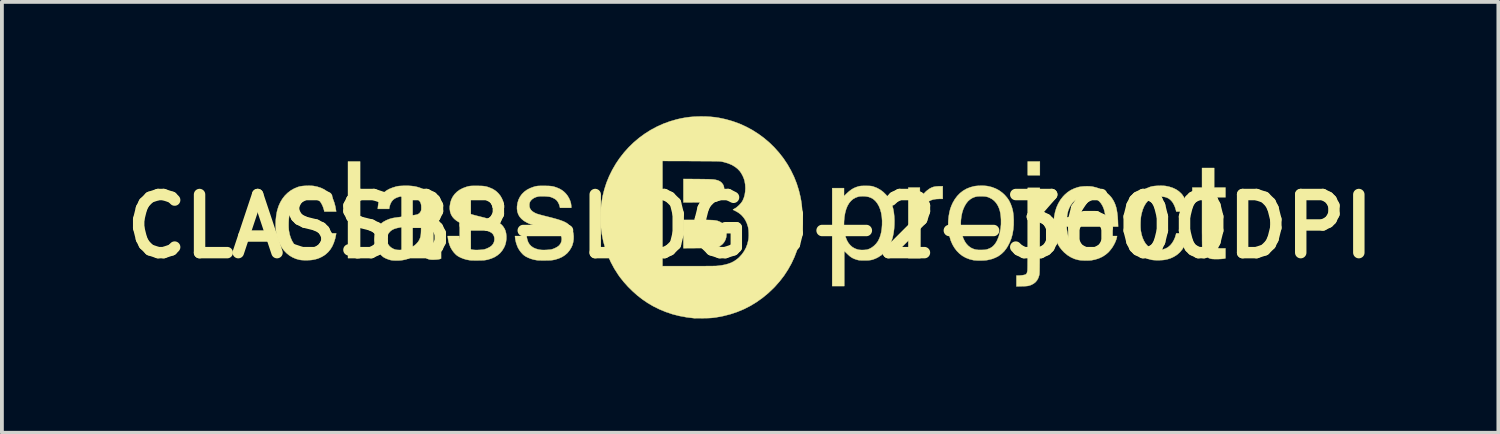
<source format=kicad_pcb>
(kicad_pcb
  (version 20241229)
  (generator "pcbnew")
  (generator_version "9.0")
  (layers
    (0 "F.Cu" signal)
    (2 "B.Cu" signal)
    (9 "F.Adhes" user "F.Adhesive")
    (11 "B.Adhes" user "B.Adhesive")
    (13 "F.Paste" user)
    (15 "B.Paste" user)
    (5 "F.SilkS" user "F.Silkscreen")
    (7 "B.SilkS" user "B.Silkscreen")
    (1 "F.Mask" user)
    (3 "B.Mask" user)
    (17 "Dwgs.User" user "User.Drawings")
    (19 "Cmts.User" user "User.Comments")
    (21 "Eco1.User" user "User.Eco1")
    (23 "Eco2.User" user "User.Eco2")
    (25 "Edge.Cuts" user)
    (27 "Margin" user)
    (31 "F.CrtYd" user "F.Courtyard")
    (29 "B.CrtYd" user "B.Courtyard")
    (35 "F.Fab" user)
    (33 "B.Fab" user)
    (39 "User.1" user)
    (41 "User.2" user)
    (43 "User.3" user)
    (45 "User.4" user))
  (footprint "CLASSBP-LOGO-2-3600DPI"
    (layer "F.Cu")
    (at 16.626 2.887)
    (property "Reference" "CLASSBP-LOGO-2-3600DPI" (at 0 0 0) (layer "F.SilkS") (effects (font (size 1.524 1.524) (thickness 0.3))))
    (attr through_hole)
    (fp_poly (pts (xy -10.231 0.833) (xy -10.548 0.833) (xy -10.548 -1.7) (xy -10.231 -1.7) (xy -10.231 0.833)) (stroke (width 0.01) (type solid)) (fill yes) (layer "F.SilkS"))
    (fp_poly (pts (xy 7.599 -1.341) (xy 7.281 -1.341) (xy 7.281 -1.7) (xy 7.599 -1.7) (xy 7.599 -1.341)) (stroke (width 0.01) (type solid)) (fill yes) (layer "F.SilkS"))
    (fp_poly (pts (xy 5.052 -0.72) (xy 4.958 -0.72) (xy 4.876 -0.716) (xy 4.805 -0.705) (xy 4.743 -0.685) (xy 4.687 -0.656) (xy 4.637 -0.617) (xy 4.609 -0.59) (xy 4.568 -0.541) (xy 4.535 -0.493) (xy 4.508 -0.439) (xy 4.492 -0.397) (xy 4.47 -0.335) (xy 4.468 0.249) (xy 4.466 0.833) (xy 4.149 0.833) (xy 4.149 -1.016) (xy 4.452 -1.016) (xy 4.452 -0.724) (xy 4.473 -0.756) (xy 4.497 -0.79) (xy 4.529 -0.829) (xy 4.566 -0.869) (xy 4.604 -0.908) (xy 4.641 -0.94) (xy 4.646 -0.944) (xy 4.701 -0.985) (xy 4.755 -1.014) (xy 4.812 -1.035) (xy 4.874 -1.046) (xy 4.944 -1.051) (xy 4.963 -1.051) (xy 5.052 -1.051) (xy 5.052 -0.72)) (stroke (width 0.01) (type solid)) (fill yes) (layer "F.SilkS"))
    (fp_poly (pts (xy -1.392 -0.169) (xy -1.294 -0.169) (xy -1.209 -0.169) (xy -1.136 -0.168) (xy -1.073 -0.166) (xy -1.02 -0.164) (xy -0.974 -0.162) (xy -0.936 -0.158) (xy -0.903 -0.153) (xy -0.874 -0.148) (xy -0.848 -0.141) (xy -0.825 -0.132) (xy -0.802 -0.123) (xy -0.785 -0.115) (xy -0.731 -0.081) (xy -0.686 -0.038) (xy -0.653 0.015) (xy -0.63 0.074) (xy -0.625 0.104) (xy -0.622 0.143) (xy -0.621 0.187) (xy -0.623 0.231) (xy -0.626 0.271) (xy -0.628 0.286) (xy -0.647 0.349) (xy -0.676 0.406) (xy -0.716 0.457) (xy -0.764 0.498) (xy -0.807 0.523) (xy -0.826 0.531) (xy -0.844 0.539) (xy -0.862 0.545) (xy -0.88 0.551) (xy -0.902 0.555) (xy -0.926 0.559) (xy -0.956 0.562) (xy -0.992 0.564) (xy -1.035 0.566) (xy -1.087 0.567) (xy -1.148 0.568) (xy -1.22 0.569) (xy -1.305 0.569) (xy -1.349 0.57) (xy -1.75 0.573) (xy -1.75 -0.169) (xy -1.392 -0.169)) (stroke (width 0.01) (type solid)) (fill yes) (layer "F.SilkS"))
    (fp_poly (pts (xy -1.371 -1.24) (xy -1.283 -1.239) (xy -1.208 -1.238) (xy -1.144 -1.237) (xy -1.09 -1.236) (xy -1.045 -1.234) (xy -1.007 -1.232) (xy -0.975 -1.23) (xy -0.948 -1.227) (xy -0.923 -1.223) (xy -0.901 -1.219) (xy -0.878 -1.213) (xy -0.855 -1.207) (xy -0.844 -1.204) (xy -0.796 -1.182) (xy -0.752 -1.149) (xy -0.722 -1.112) (xy -0.705 -1.085) (xy -0.694 -1.058) (xy -0.686 -1.028) (xy -0.682 -0.992) (xy -0.681 -0.946) (xy -0.681 -0.935) (xy -0.682 -0.895) (xy -0.684 -0.866) (xy -0.687 -0.843) (xy -0.693 -0.823) (xy -0.697 -0.81) (xy -0.724 -0.761) (xy -0.761 -0.72) (xy -0.809 -0.687) (xy -0.822 -0.681) (xy -0.843 -0.671) (xy -0.861 -0.663) (xy -0.88 -0.656) (xy -0.899 -0.65) (xy -0.92 -0.645) (xy -0.945 -0.641) (xy -0.974 -0.638) (xy -1.009 -0.636) (xy -1.051 -0.634) (xy -1.102 -0.633) (xy -1.163 -0.632) (xy -1.234 -0.631) (xy -1.318 -0.63) (xy -1.36 -0.63) (xy -1.75 -0.627) (xy -1.75 -1.243) (xy -1.371 -1.24)) (stroke (width 0.01) (type solid)) (fill yes) (layer "F.SilkS"))
    (fp_poly (pts (xy 7.597 0.111) (xy 7.597 0.259) (xy 7.596 0.394) (xy 7.596 0.515) (xy 7.596 0.625) (xy 7.595 0.723) (xy 7.595 0.811) (xy 7.594 0.888) (xy 7.594 0.956) (xy 7.593 1.015) (xy 7.593 1.066) (xy 7.592 1.11) (xy 7.592 1.147) (xy 7.591 1.178) (xy 7.59 1.203) (xy 7.589 1.224) (xy 7.588 1.241) (xy 7.587 1.254) (xy 7.585 1.265) (xy 7.584 1.274) (xy 7.582 1.281) (xy 7.559 1.352) (xy 7.527 1.412) (xy 7.485 1.463) (xy 7.433 1.504) (xy 7.37 1.537) (xy 7.313 1.556) (xy 7.291 1.561) (xy 7.263 1.565) (xy 7.227 1.568) (xy 7.18 1.57) (xy 7.128 1.571) (xy 6.985 1.575) (xy 6.985 1.291) (xy 7.029 1.291) (xy 7.069 1.29) (xy 7.111 1.286) (xy 7.152 1.281) (xy 7.188 1.274) (xy 7.215 1.267) (xy 7.218 1.266) (xy 7.238 1.254) (xy 7.253 1.236) (xy 7.264 1.209) (xy 7.272 1.171) (xy 7.274 1.16) (xy 7.275 1.146) (xy 7.276 1.118) (xy 7.277 1.077) (xy 7.278 1.022) (xy 7.278 0.956) (xy 7.279 0.877) (xy 7.28 0.786) (xy 7.28 0.683) (xy 7.28 0.57) (xy 7.281 0.446) (xy 7.281 0.312) (xy 7.281 0.168) (xy 7.281 0.051) (xy 7.281 -1.009) (xy 7.599 -1.009) (xy 7.597 0.111)) (stroke (width 0.01) (type solid)) (fill yes) (layer "F.SilkS"))
    (fp_poly (pts (xy 12.171 -1.016) (xy 12.467 -1.016) (xy 12.467 -0.762) (xy 12.171 -0.762) (xy 12.171 -0.143) (xy 12.171 -0.035) (xy 12.171 0.06) (xy 12.171 0.142) (xy 12.171 0.213) (xy 12.172 0.274) (xy 12.172 0.325) (xy 12.173 0.367) (xy 12.173 0.402) (xy 12.174 0.429) (xy 12.175 0.451) (xy 12.176 0.468) (xy 12.178 0.481) (xy 12.179 0.49) (xy 12.181 0.497) (xy 12.183 0.503) (xy 12.184 0.504) (xy 12.198 0.53) (xy 12.215 0.549) (xy 12.237 0.563) (xy 12.266 0.572) (xy 12.304 0.577) (xy 12.354 0.578) (xy 12.372 0.579) (xy 12.467 0.579) (xy 12.467 0.838) (xy 12.427 0.847) (xy 12.399 0.851) (xy 12.362 0.854) (xy 12.318 0.857) (xy 12.27 0.858) (xy 12.221 0.858) (xy 12.175 0.858) (xy 12.134 0.856) (xy 12.102 0.853) (xy 12.085 0.85) (xy 12.025 0.829) (xy 11.975 0.799) (xy 11.934 0.758) (xy 11.901 0.707) (xy 11.876 0.644) (xy 11.865 0.602) (xy 11.863 0.592) (xy 11.861 0.58) (xy 11.86 0.565) (xy 11.858 0.547) (xy 11.857 0.524) (xy 11.856 0.495) (xy 11.855 0.46) (xy 11.855 0.417) (xy 11.854 0.366) (xy 11.854 0.306) (xy 11.854 0.236) (xy 11.853 0.155) (xy 11.853 0.063) (xy 11.853 -0.043) (xy 11.853 -0.105) (xy 11.853 -0.762) (xy 11.599 -0.762) (xy 11.599 -1.016) (xy 11.853 -1.016) (xy 11.853 -1.531) (xy 12.171 -1.531) (xy 12.171 -1.016)) (stroke (width 0.01) (type solid)) (fill yes) (layer "F.SilkS"))
    (fp_poly (pts (xy -11.519 -1.064) (xy -11.473 -1.061) (xy -11.451 -1.059) (xy -11.35 -1.038) (xy -11.258 -1.008) (xy -11.175 -0.969) (xy -11.102 -0.92) (xy -11.039 -0.862) (xy -11.015 -0.835) (xy -10.972 -0.773) (xy -10.936 -0.7) (xy -10.906 -0.617) (xy -10.881 -0.522) (xy -10.863 -0.418) (xy -10.858 -0.388) (xy -11.167 -0.388) (xy -11.183 -0.449) (xy -11.206 -0.518) (xy -11.236 -0.583) (xy -11.271 -0.64) (xy -11.306 -0.68) (xy -11.349 -0.718) (xy -11.396 -0.746) (xy -11.449 -0.766) (xy -11.511 -0.778) (xy -11.583 -0.783) (xy -11.6 -0.783) (xy -11.647 -0.782) (xy -11.689 -0.778) (xy -11.721 -0.773) (xy -11.723 -0.772) (xy -11.796 -0.747) (xy -11.861 -0.71) (xy -11.919 -0.66) (xy -11.969 -0.599) (xy -12.012 -0.525) (xy -12.048 -0.439) (xy -12.076 -0.342) (xy -12.09 -0.277) (xy -12.097 -0.227) (xy -12.102 -0.167) (xy -12.105 -0.102) (xy -12.106 -0.035) (xy -12.105 0.029) (xy -12.101 0.087) (xy -12.097 0.12) (xy -12.079 0.213) (xy -12.052 0.3) (xy -12.018 0.377) (xy -11.978 0.445) (xy -11.931 0.501) (xy -11.887 0.54) (xy -11.842 0.569) (xy -11.792 0.59) (xy -11.757 0.6) (xy -11.71 0.609) (xy -11.655 0.613) (xy -11.597 0.613) (xy -11.544 0.609) (xy -11.508 0.603) (xy -11.442 0.58) (xy -11.381 0.545) (xy -11.326 0.498) (xy -11.277 0.439) (xy -11.235 0.37) (xy -11.2 0.292) (xy -11.176 0.213) (xy -11.168 0.183) (xy -10.858 0.183) (xy -10.862 0.21) (xy -10.886 0.324) (xy -10.919 0.427) (xy -10.959 0.519) (xy -11.008 0.6) (xy -11.066 0.671) (xy -11.132 0.732) (xy -11.18 0.766) (xy -11.247 0.805) (xy -11.315 0.836) (xy -11.39 0.86) (xy -11.473 0.878) (xy -11.475 0.878) (xy -11.513 0.883) (xy -11.561 0.886) (xy -11.614 0.888) (xy -11.668 0.888) (xy -11.721 0.887) (xy -11.768 0.884) (xy -11.806 0.879) (xy -11.814 0.878) (xy -11.911 0.852) (xy -12.002 0.813) (xy -12.086 0.763) (xy -12.162 0.701) (xy -12.231 0.629) (xy -12.291 0.546) (xy -12.342 0.454) (xy -12.384 0.352) (xy -12.41 0.265) (xy -12.43 0.17) (xy -12.442 0.065) (xy -12.446 -0.045) (xy -12.443 -0.156) (xy -12.432 -0.267) (xy -12.414 -0.374) (xy -12.403 -0.42) (xy -12.369 -0.529) (xy -12.324 -0.629) (xy -12.269 -0.722) (xy -12.205 -0.804) (xy -12.131 -0.877) (xy -12.049 -0.94) (xy -11.96 -0.991) (xy -11.863 -1.031) (xy -11.815 -1.045) (xy -11.78 -1.052) (xy -11.735 -1.058) (xy -11.683 -1.062) (xy -11.627 -1.064) (xy -11.572 -1.065) (xy -11.519 -1.064)) (stroke (width 0.01) (type solid)) (fill yes) (layer "F.SilkS"))
    (fp_poly (pts (xy 10.826 -1.064) (xy 10.872 -1.061) (xy 10.894 -1.059) (xy 10.995 -1.038) (xy 11.087 -1.008) (xy 11.17 -0.969) (xy 11.243 -0.92) (xy 11.306 -0.862) (xy 11.33 -0.835) (xy 11.373 -0.773) (xy 11.409 -0.7) (xy 11.439 -0.617) (xy 11.464 -0.522) (xy 11.482 -0.418) (xy 11.487 -0.388) (xy 11.178 -0.388) (xy 11.162 -0.449) (xy 11.139 -0.518) (xy 11.109 -0.583) (xy 11.074 -0.64) (xy 11.039 -0.68) (xy 10.996 -0.718) (xy 10.949 -0.746) (xy 10.895 -0.766) (xy 10.834 -0.778) (xy 10.762 -0.783) (xy 10.745 -0.783) (xy 10.698 -0.782) (xy 10.656 -0.778) (xy 10.624 -0.773) (xy 10.622 -0.772) (xy 10.549 -0.747) (xy 10.484 -0.71) (xy 10.426 -0.66) (xy 10.376 -0.599) (xy 10.333 -0.525) (xy 10.297 -0.439) (xy 10.269 -0.342) (xy 10.255 -0.277) (xy 10.248 -0.227) (xy 10.243 -0.167) (xy 10.24 -0.102) (xy 10.239 -0.035) (xy 10.24 0.029) (xy 10.244 0.087) (xy 10.248 0.12) (xy 10.266 0.213) (xy 10.293 0.3) (xy 10.327 0.377) (xy 10.367 0.445) (xy 10.414 0.501) (xy 10.458 0.54) (xy 10.503 0.569) (xy 10.553 0.59) (xy 10.587 0.6) (xy 10.635 0.609) (xy 10.69 0.613) (xy 10.747 0.613) (xy 10.801 0.609) (xy 10.837 0.603) (xy 10.903 0.58) (xy 10.964 0.545) (xy 11.019 0.498) (xy 11.068 0.439) (xy 11.11 0.37) (xy 11.145 0.292) (xy 11.169 0.213) (xy 11.177 0.183) (xy 11.487 0.183) (xy 11.483 0.21) (xy 11.458 0.324) (xy 11.426 0.427) (xy 11.386 0.519) (xy 11.337 0.6) (xy 11.279 0.671) (xy 11.213 0.732) (xy 11.165 0.766) (xy 11.098 0.805) (xy 11.03 0.836) (xy 10.955 0.86) (xy 10.872 0.878) (xy 10.87 0.878) (xy 10.832 0.883) (xy 10.784 0.886) (xy 10.731 0.888) (xy 10.677 0.888) (xy 10.624 0.887) (xy 10.577 0.884) (xy 10.539 0.879) (xy 10.531 0.878) (xy 10.434 0.852) (xy 10.343 0.813) (xy 10.259 0.763) (xy 10.183 0.701) (xy 10.114 0.629) (xy 10.054 0.546) (xy 10.003 0.454) (xy 9.961 0.352) (xy 9.935 0.265) (xy 9.915 0.17) (xy 9.903 0.065) (xy 9.899 -0.045) (xy 9.902 -0.156) (xy 9.913 -0.267) (xy 9.931 -0.374) (xy 9.942 -0.42) (xy 9.976 -0.529) (xy 10.021 -0.629) (xy 10.076 -0.722) (xy 10.14 -0.804) (xy 10.214 -0.877) (xy 10.296 -0.94) (xy 10.385 -0.991) (xy 10.482 -1.031) (xy 10.53 -1.045) (xy 10.565 -1.052) (xy 10.61 -1.058) (xy 10.662 -1.062) (xy 10.717 -1.064) (xy 10.773 -1.065) (xy 10.826 -1.064)) (stroke (width 0.01) (type solid)) (fill yes) (layer "F.SilkS"))
    (fp_poly (pts (xy 3.082 -1.061) (xy 3.119 -1.061) (xy 3.148 -1.059) (xy 3.171 -1.057) (xy 3.19 -1.054) (xy 3.21 -1.049) (xy 3.233 -1.042) (xy 3.235 -1.042) (xy 3.328 -1.006) (xy 3.414 -0.958) (xy 3.493 -0.899) (xy 3.564 -0.829) (xy 3.626 -0.75) (xy 3.678 -0.661) (xy 3.72 -0.565) (xy 3.728 -0.542) (xy 3.752 -0.457) (xy 3.769 -0.361) (xy 3.78 -0.259) (xy 3.785 -0.152) (xy 3.783 -0.042) (xy 3.776 0.067) (xy 3.762 0.172) (xy 3.742 0.272) (xy 3.729 0.321) (xy 3.692 0.427) (xy 3.645 0.524) (xy 3.588 0.61) (xy 3.522 0.686) (xy 3.447 0.752) (xy 3.362 0.807) (xy 3.327 0.826) (xy 3.281 0.847) (xy 3.24 0.863) (xy 3.201 0.876) (xy 3.161 0.884) (xy 3.117 0.889) (xy 3.065 0.892) (xy 3.002 0.892) (xy 2.995 0.892) (xy 2.946 0.892) (xy 2.909 0.891) (xy 2.88 0.89) (xy 2.857 0.888) (xy 2.837 0.885) (xy 2.818 0.88) (xy 2.796 0.874) (xy 2.79 0.872) (xy 2.739 0.855) (xy 2.694 0.835) (xy 2.654 0.812) (xy 2.614 0.783) (xy 2.572 0.745) (xy 2.549 0.723) (xy 2.469 0.646) (xy 2.469 1.566) (xy 2.152 1.566) (xy 2.152 -0.016) (xy 2.46 -0.016) (xy 2.467 0.094) (xy 2.482 0.195) (xy 2.506 0.286) (xy 2.538 0.367) (xy 2.578 0.437) (xy 2.627 0.496) (xy 2.683 0.545) (xy 2.748 0.582) (xy 2.82 0.608) (xy 2.847 0.614) (xy 2.879 0.618) (xy 2.919 0.62) (xy 2.963 0.62) (xy 3.007 0.618) (xy 3.046 0.614) (xy 3.072 0.61) (xy 3.135 0.587) (xy 3.197 0.552) (xy 3.254 0.507) (xy 3.306 0.454) (xy 3.349 0.396) (xy 3.365 0.368) (xy 3.397 0.298) (xy 3.422 0.224) (xy 3.441 0.144) (xy 3.454 0.055) (xy 3.461 -0.039) (xy 3.462 -0.149) (xy 3.454 -0.254) (xy 3.438 -0.352) (xy 3.413 -0.443) (xy 3.38 -0.525) (xy 3.339 -0.598) (xy 3.291 -0.659) (xy 3.281 -0.67) (xy 3.228 -0.716) (xy 3.169 -0.75) (xy 3.104 -0.773) (xy 3.031 -0.787) (xy 2.96 -0.79) (xy 2.916 -0.789) (xy 2.875 -0.786) (xy 2.844 -0.78) (xy 2.84 -0.78) (xy 2.767 -0.754) (xy 2.701 -0.717) (xy 2.644 -0.668) (xy 2.594 -0.607) (xy 2.552 -0.535) (xy 2.518 -0.451) (xy 2.492 -0.356) (xy 2.473 -0.249) (xy 2.463 -0.137) (xy 2.46 -0.016) (xy 2.152 -0.016) (xy 2.152 -1.002) (xy 2.462 -1.002) (xy 2.462 -0.792) (xy 2.538 -0.867) (xy 2.6 -0.923) (xy 2.66 -0.967) (xy 2.722 -1.003) (xy 2.791 -1.031) (xy 2.85 -1.049) (xy 2.87 -1.054) (xy 2.893 -1.057) (xy 2.92 -1.06) (xy 2.955 -1.061) (xy 3.001 -1.062) (xy 3.034 -1.062) (xy 3.082 -1.061)) (stroke (width 0.01) (type solid)) (fill yes) (layer "F.SilkS"))
    (fp_poly (pts (xy 6.112 -1.065) (xy 6.168 -1.062) (xy 6.217 -1.057) (xy 6.234 -1.054) (xy 6.339 -1.029) (xy 6.439 -0.991) (xy 6.532 -0.941) (xy 6.618 -0.878) (xy 6.671 -0.829) (xy 6.735 -0.757) (xy 6.789 -0.679) (xy 6.832 -0.592) (xy 6.863 -0.508) (xy 6.88 -0.45) (xy 6.893 -0.392) (xy 6.902 -0.331) (xy 6.908 -0.264) (xy 6.912 -0.187) (xy 6.913 -0.175) (xy 6.912 -0.039) (xy 6.901 0.087) (xy 6.881 0.206) (xy 6.85 0.317) (xy 6.808 0.422) (xy 6.756 0.522) (xy 6.725 0.572) (xy 6.666 0.65) (xy 6.598 0.717) (xy 6.522 0.774) (xy 6.436 0.82) (xy 6.342 0.856) (xy 6.238 0.881) (xy 6.212 0.886) (xy 6.176 0.89) (xy 6.13 0.893) (xy 6.078 0.895) (xy 6.023 0.895) (xy 5.969 0.895) (xy 5.919 0.892) (xy 5.878 0.889) (xy 5.853 0.886) (xy 5.75 0.86) (xy 5.655 0.823) (xy 5.568 0.774) (xy 5.489 0.713) (xy 5.418 0.641) (xy 5.356 0.558) (xy 5.308 0.476) (xy 5.264 0.376) (xy 5.231 0.267) (xy 5.208 0.151) (xy 5.197 0.028) (xy 5.196 -0.058) (xy 5.524 -0.058) (xy 5.529 0.047) (xy 5.542 0.145) (xy 5.564 0.237) (xy 5.593 0.32) (xy 5.63 0.395) (xy 5.673 0.459) (xy 5.724 0.513) (xy 5.781 0.556) (xy 5.808 0.571) (xy 5.851 0.59) (xy 5.892 0.604) (xy 5.935 0.613) (xy 5.982 0.618) (xy 6.038 0.619) (xy 6.068 0.619) (xy 6.112 0.617) (xy 6.146 0.616) (xy 6.173 0.613) (xy 6.196 0.609) (xy 6.218 0.602) (xy 6.234 0.597) (xy 6.296 0.572) (xy 6.35 0.538) (xy 6.397 0.494) (xy 6.439 0.44) (xy 6.476 0.375) (xy 6.509 0.297) (xy 6.523 0.259) (xy 6.552 0.155) (xy 6.571 0.051) (xy 6.581 -0.057) (xy 6.581 -0.172) (xy 6.581 -0.173) (xy 6.575 -0.262) (xy 6.565 -0.341) (xy 6.549 -0.413) (xy 6.527 -0.479) (xy 6.498 -0.543) (xy 6.496 -0.546) (xy 6.453 -0.614) (xy 6.401 -0.672) (xy 6.339 -0.719) (xy 6.269 -0.755) (xy 6.244 -0.765) (xy 6.218 -0.773) (xy 6.194 -0.779) (xy 6.169 -0.784) (xy 6.14 -0.786) (xy 6.102 -0.788) (xy 6.084 -0.789) (xy 6.021 -0.789) (xy 5.967 -0.786) (xy 5.92 -0.778) (xy 5.875 -0.764) (xy 5.83 -0.745) (xy 5.77 -0.708) (xy 5.715 -0.66) (xy 5.667 -0.6) (xy 5.625 -0.529) (xy 5.589 -0.449) (xy 5.561 -0.361) (xy 5.541 -0.265) (xy 5.528 -0.162) (xy 5.524 -0.058) (xy 5.196 -0.058) (xy 5.196 -0.1) (xy 5.199 -0.161) (xy 5.21 -0.269) (xy 5.227 -0.366) (xy 5.249 -0.455) (xy 5.279 -0.538) (xy 5.313 -0.614) (xy 5.369 -0.711) (xy 5.433 -0.796) (xy 5.505 -0.87) (xy 5.586 -0.933) (xy 5.674 -0.984) (xy 5.77 -1.023) (xy 5.874 -1.051) (xy 5.896 -1.055) (xy 5.94 -1.06) (xy 5.994 -1.064) (xy 6.052 -1.065) (xy 6.112 -1.065)) (stroke (width 0.01) (type solid)) (fill yes) (layer "F.SilkS"))
    (fp_poly (pts (xy 8.902 -1.05) (xy 8.957 -1.045) (xy 8.983 -1.041) (xy 9.079 -1.018) (xy 9.172 -0.984) (xy 9.258 -0.941) (xy 9.337 -0.89) (xy 9.407 -0.832) (xy 9.466 -0.769) (xy 9.488 -0.739) (xy 9.524 -0.683) (xy 9.554 -0.626) (xy 9.579 -0.565) (xy 9.6 -0.5) (xy 9.616 -0.428) (xy 9.629 -0.348) (xy 9.639 -0.258) (xy 9.646 -0.157) (xy 9.648 -0.101) (xy 9.652 0.007) (xy 8.304 0.007) (xy 8.304 0.037) (xy 8.306 0.067) (xy 8.311 0.106) (xy 8.318 0.15) (xy 8.326 0.195) (xy 8.335 0.235) (xy 8.34 0.253) (xy 8.368 0.334) (xy 8.405 0.406) (xy 8.449 0.469) (xy 8.5 0.522) (xy 8.557 0.563) (xy 8.581 0.575) (xy 8.627 0.595) (xy 8.672 0.608) (xy 8.72 0.616) (xy 8.775 0.62) (xy 8.837 0.619) (xy 8.88 0.617) (xy 8.913 0.615) (xy 8.94 0.611) (xy 8.964 0.606) (xy 8.99 0.598) (xy 8.992 0.597) (xy 9.068 0.564) (xy 9.136 0.519) (xy 9.195 0.464) (xy 9.244 0.4) (xy 9.282 0.327) (xy 9.29 0.307) (xy 9.31 0.254) (xy 9.467 0.254) (xy 9.624 0.254) (xy 9.62 0.28) (xy 9.604 0.342) (xy 9.578 0.409) (xy 9.544 0.478) (xy 9.504 0.546) (xy 9.458 0.609) (xy 9.409 0.666) (xy 9.398 0.678) (xy 9.322 0.743) (xy 9.239 0.797) (xy 9.147 0.839) (xy 9.046 0.871) (xy 8.956 0.889) (xy 8.912 0.893) (xy 8.86 0.895) (xy 8.802 0.896) (xy 8.744 0.894) (xy 8.688 0.891) (xy 8.639 0.886) (xy 8.608 0.881) (xy 8.51 0.854) (xy 8.418 0.813) (xy 8.33 0.759) (xy 8.247 0.692) (xy 8.24 0.686) (xy 8.174 0.616) (xy 8.117 0.543) (xy 8.07 0.464) (xy 8.033 0.377) (xy 8.003 0.282) (xy 7.98 0.176) (xy 7.973 0.127) (xy 7.969 0.088) (xy 7.966 0.039) (xy 7.965 -0.017) (xy 7.966 -0.076) (xy 7.967 -0.135) (xy 7.97 -0.189) (xy 7.974 -0.236) (xy 7.974 -0.24) (xy 8.31 -0.24) (xy 8.815 -0.24) (xy 8.912 -0.24) (xy 8.995 -0.24) (xy 9.067 -0.24) (xy 9.127 -0.24) (xy 9.177 -0.241) (xy 9.217 -0.241) (xy 9.249 -0.242) (xy 9.274 -0.243) (xy 9.292 -0.244) (xy 9.305 -0.245) (xy 9.313 -0.246) (xy 9.318 -0.248) (xy 9.32 -0.25) (xy 9.32 -0.252) (xy 9.319 -0.274) (xy 9.314 -0.305) (xy 9.306 -0.342) (xy 9.297 -0.382) (xy 9.288 -0.42) (xy 9.278 -0.453) (xy 9.278 -0.455) (xy 9.246 -0.533) (xy 9.206 -0.6) (xy 9.157 -0.657) (xy 9.099 -0.703) (xy 9.057 -0.727) (xy 9.005 -0.749) (xy 8.951 -0.764) (xy 8.894 -0.773) (xy 8.827 -0.776) (xy 8.822 -0.776) (xy 8.741 -0.771) (xy 8.669 -0.757) (xy 8.605 -0.732) (xy 8.595 -0.727) (xy 8.525 -0.682) (xy 8.465 -0.626) (xy 8.413 -0.561) (xy 8.372 -0.487) (xy 8.34 -0.404) (xy 8.319 -0.314) (xy 8.315 -0.28) (xy 8.31 -0.24) (xy 7.974 -0.24) (xy 7.976 -0.258) (xy 8 -0.38) (xy 8.035 -0.493) (xy 8.082 -0.598) (xy 8.139 -0.695) (xy 8.208 -0.783) (xy 8.254 -0.831) (xy 8.331 -0.898) (xy 8.416 -0.953) (xy 8.509 -0.996) (xy 8.607 -1.028) (xy 8.655 -1.038) (xy 8.713 -1.045) (xy 8.776 -1.05) (xy 8.841 -1.051) (xy 8.902 -1.05)) (stroke (width 0.01) (type solid)) (fill yes) (layer "F.SilkS"))
    (fp_poly (pts (xy -7.109 -1.061) (xy -7.053 -1.06) (xy -7.006 -1.057) (xy -6.966 -1.052) (xy -6.928 -1.045) (xy -6.891 -1.035) (xy -6.853 -1.022) (xy -6.829 -1.013) (xy -6.755 -0.981) (xy -6.691 -0.942) (xy -6.65 -0.91) (xy -6.599 -0.86) (xy -6.553 -0.802) (xy -6.515 -0.737) (xy -6.485 -0.67) (xy -6.465 -0.602) (xy -6.456 -0.536) (xy -6.456 -0.524) (xy -6.456 -0.487) (xy -6.751 -0.487) (xy -6.759 -0.526) (xy -6.772 -0.57) (xy -6.793 -0.615) (xy -6.818 -0.656) (xy -6.845 -0.688) (xy -6.848 -0.691) (xy -6.887 -0.72) (xy -6.936 -0.746) (xy -6.991 -0.768) (xy -7.01 -0.773) (xy -7.039 -0.779) (xy -7.078 -0.783) (xy -7.124 -0.787) (xy -7.174 -0.789) (xy -7.223 -0.789) (xy -7.269 -0.788) (xy -7.307 -0.786) (xy -7.322 -0.783) (xy -7.38 -0.768) (xy -7.434 -0.744) (xy -7.48 -0.713) (xy -7.517 -0.676) (xy -7.537 -0.646) (xy -7.547 -0.619) (xy -7.553 -0.585) (xy -7.555 -0.57) (xy -7.553 -0.517) (xy -7.538 -0.469) (xy -7.51 -0.426) (xy -7.469 -0.388) (xy -7.415 -0.355) (xy -7.365 -0.332) (xy -7.345 -0.325) (xy -7.314 -0.316) (xy -7.273 -0.304) (xy -7.225 -0.291) (xy -7.172 -0.277) (xy -7.115 -0.263) (xy -7.084 -0.255) (xy -6.984 -0.23) (xy -6.896 -0.206) (xy -6.82 -0.185) (xy -6.755 -0.164) (xy -6.699 -0.144) (xy -6.651 -0.125) (xy -6.61 -0.105) (xy -6.575 -0.085) (xy -6.545 -0.064) (xy -6.536 -0.057) (xy -6.504 -0.026) (xy -6.472 0.014) (xy -6.444 0.058) (xy -6.424 0.102) (xy -6.422 0.106) (xy -6.403 0.177) (xy -6.394 0.255) (xy -6.395 0.335) (xy -6.406 0.415) (xy -6.427 0.492) (xy -6.452 0.549) (xy -6.498 0.627) (xy -6.555 0.696) (xy -6.621 0.754) (xy -6.697 0.803) (xy -6.784 0.842) (xy -6.881 0.872) (xy -6.885 0.873) (xy -6.911 0.878) (xy -6.934 0.883) (xy -6.957 0.886) (xy -6.983 0.889) (xy -7.015 0.89) (xy -7.054 0.892) (xy -7.104 0.892) (xy -7.133 0.893) (xy -7.184 0.893) (xy -7.234 0.893) (xy -7.279 0.892) (xy -7.317 0.891) (xy -7.345 0.889) (xy -7.355 0.888) (xy -7.434 0.874) (xy -7.51 0.852) (xy -7.583 0.824) (xy -7.648 0.792) (xy -7.694 0.761) (xy -7.73 0.729) (xy -7.768 0.688) (xy -7.805 0.64) (xy -7.837 0.589) (xy -7.857 0.554) (xy -7.883 0.49) (xy -7.906 0.419) (xy -7.921 0.347) (xy -7.927 0.305) (xy -7.932 0.254) (xy -7.628 0.254) (xy -7.623 0.28) (xy -7.619 0.303) (xy -7.613 0.331) (xy -7.609 0.348) (xy -7.587 0.413) (xy -7.554 0.469) (xy -7.51 0.517) (xy -7.456 0.556) (xy -7.39 0.586) (xy -7.314 0.608) (xy -7.279 0.614) (xy -7.244 0.618) (xy -7.201 0.62) (xy -7.152 0.62) (xy -7.102 0.618) (xy -7.053 0.615) (xy -7.01 0.611) (xy -6.977 0.606) (xy -6.967 0.603) (xy -6.919 0.587) (xy -6.87 0.565) (xy -6.826 0.541) (xy -6.789 0.515) (xy -6.773 0.5) (xy -6.74 0.458) (xy -6.718 0.41) (xy -6.707 0.358) (xy -6.707 0.306) (xy -6.719 0.257) (xy -6.739 0.216) (xy -6.751 0.199) (xy -6.766 0.184) (xy -6.783 0.169) (xy -6.804 0.156) (xy -6.831 0.142) (xy -6.864 0.129) (xy -6.905 0.114) (xy -6.954 0.099) (xy -7.013 0.082) (xy -7.083 0.063) (xy -7.165 0.042) (xy -7.204 0.032) (xy -7.281 0.012) (xy -7.347 -0.005) (xy -7.402 -0.02) (xy -7.448 -0.033) (xy -7.487 -0.045) (xy -7.52 -0.056) (xy -7.549 -0.067) (xy -7.575 -0.078) (xy -7.601 -0.09) (xy -7.627 -0.103) (xy -7.627 -0.103) (xy -7.701 -0.147) (xy -7.762 -0.198) (xy -7.811 -0.254) (xy -7.846 -0.316) (xy -7.869 -0.385) (xy -7.879 -0.459) (xy -7.878 -0.525) (xy -7.864 -0.616) (xy -7.838 -0.7) (xy -7.8 -0.776) (xy -7.751 -0.844) (xy -7.69 -0.905) (xy -7.619 -0.957) (xy -7.537 -1) (xy -7.445 -1.034) (xy -7.404 -1.046) (xy -7.382 -1.051) (xy -7.362 -1.055) (xy -7.34 -1.058) (xy -7.314 -1.06) (xy -7.283 -1.061) (xy -7.243 -1.062) (xy -7.191 -1.062) (xy -7.176 -1.062) (xy -7.109 -1.061)) (stroke (width 0.01) (type solid)) (fill yes) (layer "F.SilkS"))
    (fp_poly (pts (xy -5.345 -1.061) (xy -5.289 -1.06) (xy -5.243 -1.057) (xy -5.202 -1.052) (xy -5.164 -1.045) (xy -5.128 -1.035) (xy -5.089 -1.022) (xy -5.065 -1.013) (xy -4.991 -0.981) (xy -4.927 -0.942) (xy -4.886 -0.91) (xy -4.835 -0.86) (xy -4.789 -0.802) (xy -4.751 -0.737) (xy -4.721 -0.67) (xy -4.701 -0.602) (xy -4.692 -0.536) (xy -4.692 -0.524) (xy -4.692 -0.487) (xy -4.987 -0.487) (xy -4.995 -0.526) (xy -5.009 -0.57) (xy -5.029 -0.615) (xy -5.054 -0.656) (xy -5.081 -0.688) (xy -5.084 -0.691) (xy -5.123 -0.72) (xy -5.172 -0.746) (xy -5.227 -0.768) (xy -5.246 -0.773) (xy -5.275 -0.779) (xy -5.314 -0.783) (xy -5.36 -0.787) (xy -5.41 -0.789) (xy -5.459 -0.789) (xy -5.505 -0.788) (xy -5.543 -0.786) (xy -5.558 -0.783) (xy -5.616 -0.768) (xy -5.67 -0.744) (xy -5.716 -0.713) (xy -5.753 -0.676) (xy -5.773 -0.646) (xy -5.783 -0.619) (xy -5.79 -0.585) (xy -5.791 -0.57) (xy -5.789 -0.517) (xy -5.774 -0.469) (xy -5.746 -0.426) (xy -5.705 -0.388) (xy -5.651 -0.355) (xy -5.601 -0.332) (xy -5.581 -0.325) (xy -5.55 -0.316) (xy -5.51 -0.304) (xy -5.461 -0.291) (xy -5.408 -0.277) (xy -5.351 -0.263) (xy -5.32 -0.255) (xy -5.22 -0.23) (xy -5.132 -0.206) (xy -5.057 -0.185) (xy -4.991 -0.164) (xy -4.935 -0.144) (xy -4.887 -0.125) (xy -4.846 -0.105) (xy -4.811 -0.085) (xy -4.781 -0.064) (xy -4.772 -0.057) (xy -4.74 -0.026) (xy -4.708 0.014) (xy -4.681 0.058) (xy -4.66 0.102) (xy -4.658 0.106) (xy -4.639 0.177) (xy -4.63 0.255) (xy -4.631 0.335) (xy -4.642 0.415) (xy -4.663 0.492) (xy -4.688 0.549) (xy -4.735 0.627) (xy -4.791 0.696) (xy -4.857 0.754) (xy -4.933 0.803) (xy -5.02 0.842) (xy -5.117 0.872) (xy -5.121 0.873) (xy -5.147 0.878) (xy -5.17 0.883) (xy -5.193 0.886) (xy -5.219 0.889) (xy -5.251 0.89) (xy -5.29 0.892) (xy -5.34 0.892) (xy -5.369 0.893) (xy -5.421 0.893) (xy -5.47 0.893) (xy -5.515 0.892) (xy -5.553 0.891) (xy -5.581 0.889) (xy -5.592 0.888) (xy -5.67 0.874) (xy -5.747 0.852) (xy -5.819 0.824) (xy -5.884 0.792) (xy -5.93 0.761) (xy -5.966 0.729) (xy -6.004 0.688) (xy -6.041 0.64) (xy -6.074 0.589) (xy -6.093 0.554) (xy -6.119 0.49) (xy -6.142 0.419) (xy -6.157 0.347) (xy -6.163 0.305) (xy -6.168 0.254) (xy -5.864 0.254) (xy -5.859 0.28) (xy -5.855 0.303) (xy -5.849 0.331) (xy -5.845 0.348) (xy -5.823 0.413) (xy -5.79 0.469) (xy -5.746 0.517) (xy -5.692 0.556) (xy -5.626 0.586) (xy -5.55 0.608) (xy -5.515 0.614) (xy -5.481 0.618) (xy -5.437 0.62) (xy -5.388 0.62) (xy -5.338 0.618) (xy -5.289 0.615) (xy -5.246 0.611) (xy -5.213 0.606) (xy -5.203 0.603) (xy -5.155 0.587) (xy -5.106 0.565) (xy -5.062 0.541) (xy -5.025 0.515) (xy -5.009 0.5) (xy -4.976 0.458) (xy -4.954 0.41) (xy -4.943 0.358) (xy -4.943 0.306) (xy -4.955 0.257) (xy -4.975 0.216) (xy -4.987 0.199) (xy -5.002 0.184) (xy -5.019 0.169) (xy -5.04 0.156) (xy -5.067 0.142) (xy -5.1 0.129) (xy -5.141 0.114) (xy -5.19 0.099) (xy -5.249 0.082) (xy -5.319 0.063) (xy -5.402 0.042) (xy -5.44 0.032) (xy -5.518 0.012) (xy -5.583 -0.005) (xy -5.638 -0.02) (xy -5.684 -0.033) (xy -5.723 -0.045) (xy -5.756 -0.056) (xy -5.785 -0.067) (xy -5.811 -0.078) (xy -5.837 -0.09) (xy -5.863 -0.103) (xy -5.863 -0.103) (xy -5.937 -0.147) (xy -5.998 -0.198) (xy -6.047 -0.254) (xy -6.082 -0.316) (xy -6.105 -0.385) (xy -6.115 -0.459) (xy -6.114 -0.525) (xy -6.1 -0.616) (xy -6.074 -0.7) (xy -6.036 -0.776) (xy -5.987 -0.844) (xy -5.926 -0.905) (xy -5.855 -0.957) (xy -5.773 -1) (xy -5.681 -1.034) (xy -5.64 -1.046) (xy -5.618 -1.051) (xy -5.598 -1.055) (xy -5.576 -1.058) (xy -5.55 -1.06) (xy -5.519 -1.061) (xy -5.479 -1.062) (xy -5.427 -1.062) (xy -5.412 -1.062) (xy -5.345 -1.061)) (stroke (width 0.01) (type solid)) (fill yes) (layer "F.SilkS"))
    (fp_poly (pts (xy -1.152 -2.88) (xy -1.036 -2.873) (xy -0.924 -2.862) (xy -0.814 -2.845) (xy -0.7 -2.821) (xy -0.629 -2.805) (xy -0.449 -2.753) (xy -0.273 -2.689) (xy -0.104 -2.612) (xy 0.06 -2.524) (xy 0.216 -2.424) (xy 0.365 -2.315) (xy 0.506 -2.195) (xy 0.638 -2.066) (xy 0.761 -1.928) (xy 0.875 -1.781) (xy 0.978 -1.627) (xy 1.07 -1.466) (xy 1.151 -1.299) (xy 1.22 -1.125) (xy 1.276 -0.946) (xy 1.29 -0.892) (xy 1.316 -0.782) (xy 1.336 -0.678) (xy 1.351 -0.575) (xy 1.361 -0.471) (xy 1.367 -0.362) (xy 1.369 -0.242) (xy 1.369 -0.232) (xy 1.365 -0.064) (xy 1.351 0.097) (xy 1.328 0.252) (xy 1.295 0.405) (xy 1.251 0.559) (xy 1.23 0.624) (xy 1.162 0.803) (xy 1.083 0.973) (xy 0.992 1.135) (xy 0.891 1.29) (xy 0.776 1.439) (xy 0.65 1.582) (xy 0.618 1.615) (xy 0.475 1.751) (xy 0.326 1.874) (xy 0.17 1.985) (xy 0.008 2.084) (xy -0.161 2.17) (xy -0.336 2.243) (xy -0.518 2.304) (xy -0.706 2.352) (xy -0.899 2.388) (xy -0.933 2.392) (xy -0.976 2.398) (xy -1.021 2.402) (xy -1.069 2.405) (xy -1.125 2.407) (xy -1.19 2.408) (xy -1.238 2.409) (xy -1.291 2.41) (xy -1.342 2.41) (xy -1.386 2.41) (xy -1.424 2.41) (xy -1.451 2.409) (xy -1.467 2.409) (xy -1.468 2.409) (xy -1.665 2.385) (xy -1.854 2.35) (xy -2.036 2.304) (xy -2.211 2.245) (xy -2.381 2.175) (xy -2.547 2.092) (xy -2.688 2.009) (xy -2.822 1.918) (xy -2.954 1.816) (xy -3.081 1.703) (xy -3.202 1.584) (xy -3.315 1.458) (xy -3.417 1.33) (xy -3.459 1.27) (xy -3.564 1.106) (xy -3.597 1.044) (xy -2.3 1.044) (xy -1.616 1.044) (xy -1.499 1.044) (xy -1.389 1.044) (xy -1.287 1.044) (xy -1.195 1.043) (xy -1.112 1.042) (xy -1.039 1.042) (xy -0.977 1.041) (xy -0.927 1.04) (xy -0.889 1.039) (xy -0.865 1.037) (xy -0.86 1.037) (xy -0.752 1.023) (xy -0.655 1.005) (xy -0.57 0.981) (xy -0.492 0.952) (xy -0.422 0.915) (xy -0.357 0.871) (xy -0.295 0.82) (xy -0.29 0.815) (xy -0.218 0.737) (xy -0.157 0.651) (xy -0.107 0.558) (xy -0.07 0.458) (xy -0.046 0.353) (xy -0.045 0.352) (xy -0.039 0.299) (xy -0.036 0.238) (xy -0.037 0.175) (xy -0.04 0.113) (xy -0.047 0.057) (xy -0.056 0.011) (xy -0.087 -0.084) (xy -0.128 -0.168) (xy -0.18 -0.243) (xy -0.241 -0.308) (xy -0.313 -0.363) (xy -0.395 -0.409) (xy -0.404 -0.413) (xy -0.427 -0.424) (xy -0.444 -0.432) (xy -0.451 -0.438) (xy -0.451 -0.438) (xy -0.446 -0.444) (xy -0.433 -0.451) (xy -0.385 -0.477) (xy -0.336 -0.514) (xy -0.288 -0.557) (xy -0.245 -0.604) (xy -0.21 -0.651) (xy -0.196 -0.675) (xy -0.165 -0.747) (xy -0.142 -0.827) (xy -0.129 -0.914) (xy -0.124 -1.004) (xy -0.129 -1.095) (xy -0.144 -1.184) (xy -0.148 -1.201) (xy -0.165 -1.254) (xy -0.189 -1.312) (xy -0.218 -1.368) (xy -0.249 -1.418) (xy -0.271 -1.448) (xy -0.332 -1.512) (xy -0.404 -1.567) (xy -0.485 -1.614) (xy -0.578 -1.653) (xy -0.683 -1.684) (xy -0.744 -1.698) (xy -0.755 -1.7) (xy -0.767 -1.702) (xy -0.782 -1.703) (xy -0.801 -1.705) (xy -0.825 -1.706) (xy -0.853 -1.707) (xy -0.888 -1.708) (xy -0.93 -1.709) (xy -0.98 -1.709) (xy -1.038 -1.71) (xy -1.106 -1.71) (xy -1.185 -1.711) (xy -1.274 -1.711) (xy -1.376 -1.712) (xy -1.49 -1.712) (xy -1.55 -1.713) (xy -2.3 -1.715) (xy -2.3 1.044) (xy -3.597 1.044) (xy -3.655 0.936) (xy -3.733 0.761) (xy -3.799 0.581) (xy -3.851 0.395) (xy -3.889 0.205) (xy -3.912 0.037) (xy -3.919 -0.052) (xy -3.923 -0.15) (xy -3.924 -0.253) (xy -3.921 -0.359) (xy -3.915 -0.461) (xy -3.907 -0.558) (xy -3.901 -0.603) (xy -3.869 -0.788) (xy -3.824 -0.969) (xy -3.767 -1.146) (xy -3.697 -1.317) (xy -3.615 -1.482) (xy -3.523 -1.641) (xy -3.42 -1.793) (xy -3.306 -1.938) (xy -3.184 -2.074) (xy -3.052 -2.202) (xy -2.911 -2.321) (xy -2.763 -2.429) (xy -2.607 -2.528) (xy -2.444 -2.615) (xy -2.275 -2.691) (xy -2.099 -2.755) (xy -1.925 -2.805) (xy -1.807 -2.832) (xy -1.695 -2.852) (xy -1.585 -2.867) (xy -1.472 -2.876) (xy -1.353 -2.881) (xy -1.277 -2.882) (xy -1.152 -2.88)) (stroke (width 0.01) (type solid)) (fill yes) (layer "F.SilkS"))
    (fp_poly (pts (xy -8.887 -1.059) (xy -8.807 -1.049) (xy -8.734 -1.033) (xy -8.664 -1.012) (xy -8.596 -0.983) (xy -8.576 -0.974) (xy -8.506 -0.934) (xy -8.447 -0.889) (xy -8.4 -0.838) (xy -8.363 -0.778) (xy -8.335 -0.71) (xy -8.328 -0.688) (xy -8.326 -0.679) (xy -8.324 -0.67) (xy -8.322 -0.657) (xy -8.321 -0.641) (xy -8.319 -0.621) (xy -8.318 -0.596) (xy -8.317 -0.564) (xy -8.316 -0.526) (xy -8.315 -0.479) (xy -8.315 -0.423) (xy -8.314 -0.357) (xy -8.313 -0.281) (xy -8.313 -0.192) (xy -8.312 -0.091) (xy -8.312 -0.039) (xy -8.311 0.073) (xy -8.31 0.171) (xy -8.309 0.257) (xy -8.309 0.33) (xy -8.308 0.393) (xy -8.307 0.445) (xy -8.306 0.488) (xy -8.305 0.522) (xy -8.303 0.547) (xy -8.302 0.566) (xy -8.301 0.578) (xy -8.299 0.584) (xy -8.299 0.584) (xy -8.287 0.6) (xy -8.273 0.611) (xy -8.253 0.618) (xy -8.225 0.62) (xy -8.186 0.62) (xy -8.181 0.619) (xy -8.107 0.616) (xy -8.107 0.846) (xy -8.144 0.858) (xy -8.172 0.864) (xy -8.211 0.869) (xy -8.255 0.872) (xy -8.301 0.874) (xy -8.347 0.874) (xy -8.386 0.871) (xy -8.417 0.867) (xy -8.425 0.865) (xy -8.477 0.844) (xy -8.521 0.812) (xy -8.556 0.769) (xy -8.585 0.714) (xy -8.606 0.648) (xy -8.611 0.627) (xy -8.615 0.607) (xy -8.648 0.643) (xy -8.696 0.688) (xy -8.755 0.733) (xy -8.82 0.775) (xy -8.888 0.812) (xy -8.955 0.842) (xy -8.967 0.847) (xy -9.037 0.869) (xy -9.107 0.884) (xy -9.182 0.893) (xy -9.264 0.896) (xy -9.272 0.895) (xy -9.317 0.895) (xy -9.358 0.893) (xy -9.394 0.89) (xy -9.42 0.886) (xy -9.423 0.886) (xy -9.482 0.869) (xy -9.541 0.847) (xy -9.593 0.822) (xy -9.601 0.818) (xy -9.632 0.796) (xy -9.667 0.766) (xy -9.704 0.73) (xy -9.739 0.693) (xy -9.768 0.657) (xy -9.788 0.628) (xy -9.82 0.559) (xy -9.843 0.483) (xy -9.856 0.403) (xy -9.857 0.358) (xy -9.527 0.358) (xy -9.518 0.417) (xy -9.495 0.471) (xy -9.461 0.518) (xy -9.415 0.558) (xy -9.357 0.591) (xy -9.313 0.608) (xy -9.282 0.615) (xy -9.241 0.619) (xy -9.193 0.62) (xy -9.143 0.618) (xy -9.093 0.613) (xy -9.047 0.606) (xy -9.021 0.6) (xy -8.991 0.591) (xy -8.954 0.577) (xy -8.914 0.56) (xy -8.884 0.546) (xy -8.846 0.527) (xy -8.817 0.51) (xy -8.793 0.493) (xy -8.769 0.472) (xy -8.753 0.456) (xy -8.715 0.414) (xy -8.687 0.372) (xy -8.68 0.36) (xy -8.667 0.331) (xy -8.656 0.304) (xy -8.648 0.278) (xy -8.642 0.248) (xy -8.637 0.214) (xy -8.634 0.173) (xy -8.632 0.122) (xy -8.631 0.065) (xy -8.63 0.019) (xy -8.63 -0.022) (xy -8.629 -0.057) (xy -8.63 -0.082) (xy -8.63 -0.096) (xy -8.631 -0.099) (xy -8.638 -0.096) (xy -8.655 -0.089) (xy -8.678 -0.079) (xy -8.68 -0.078) (xy -8.716 -0.063) (xy -8.759 -0.05) (xy -8.81 -0.037) (xy -8.871 -0.024) (xy -8.942 -0.011) (xy -9.026 0.002) (xy -9.036 0.003) (xy -9.117 0.016) (xy -9.186 0.028) (xy -9.244 0.04) (xy -9.292 0.052) (xy -9.333 0.066) (xy -9.368 0.081) (xy -9.397 0.098) (xy -9.424 0.117) (xy -9.444 0.135) (xy -9.483 0.18) (xy -9.509 0.231) (xy -9.524 0.29) (xy -9.524 0.292) (xy -9.527 0.358) (xy -9.857 0.358) (xy -9.858 0.321) (xy -9.851 0.239) (xy -9.835 0.16) (xy -9.808 0.088) (xy -9.788 0.05) (xy -9.744 -0.011) (xy -9.688 -0.067) (xy -9.621 -0.117) (xy -9.544 -0.159) (xy -9.46 -0.193) (xy -9.381 -0.215) (xy -9.364 -0.218) (xy -9.336 -0.223) (xy -9.296 -0.229) (xy -9.248 -0.236) (xy -9.193 -0.243) (xy -9.133 -0.252) (xy -9.069 -0.26) (xy -9.039 -0.264) (xy -8.966 -0.273) (xy -8.906 -0.281) (xy -8.857 -0.288) (xy -8.818 -0.294) (xy -8.787 -0.299) (xy -8.763 -0.303) (xy -8.745 -0.307) (xy -8.731 -0.311) (xy -8.72 -0.315) (xy -8.71 -0.32) (xy -8.705 -0.323) (xy -8.677 -0.342) (xy -8.656 -0.367) (xy -8.647 -0.382) (xy -8.637 -0.4) (xy -8.631 -0.415) (xy -8.627 -0.432) (xy -8.626 -0.455) (xy -8.625 -0.487) (xy -8.625 -0.494) (xy -8.627 -0.546) (xy -8.634 -0.587) (xy -8.645 -0.622) (xy -8.664 -0.654) (xy -8.686 -0.68) (xy -8.73 -0.718) (xy -8.785 -0.749) (xy -8.853 -0.772) (xy -8.855 -0.773) (xy -8.89 -0.779) (xy -8.936 -0.785) (xy -8.987 -0.788) (xy -9.042 -0.789) (xy -9.095 -0.789) (xy -9.143 -0.786) (xy -9.182 -0.782) (xy -9.191 -0.78) (xy -9.261 -0.759) (xy -9.32 -0.73) (xy -9.369 -0.692) (xy -9.408 -0.644) (xy -9.438 -0.586) (xy -9.459 -0.517) (xy -9.465 -0.485) (xy -9.469 -0.459) (xy -9.767 -0.459) (xy -9.762 -0.516) (xy -9.75 -0.609) (xy -9.728 -0.692) (xy -9.697 -0.765) (xy -9.657 -0.83) (xy -9.605 -0.887) (xy -9.543 -0.936) (xy -9.469 -0.978) (xy -9.383 -1.013) (xy -9.289 -1.042) (xy -9.262 -1.048) (xy -9.237 -1.053) (xy -9.211 -1.057) (xy -9.181 -1.059) (xy -9.144 -1.061) (xy -9.097 -1.063) (xy -9.073 -1.063) (xy -8.974 -1.064) (xy -8.887 -1.059)) (stroke (width 0.01) (type solid)) (fill yes) (layer "F.SilkS")))
  (gr_rect
    (start -3 -3)
    (end 36.252 8.302)
    (stroke (width 0.1) (type default))
    (fill no)
    (layer "Edge.Cuts")))
</source>
